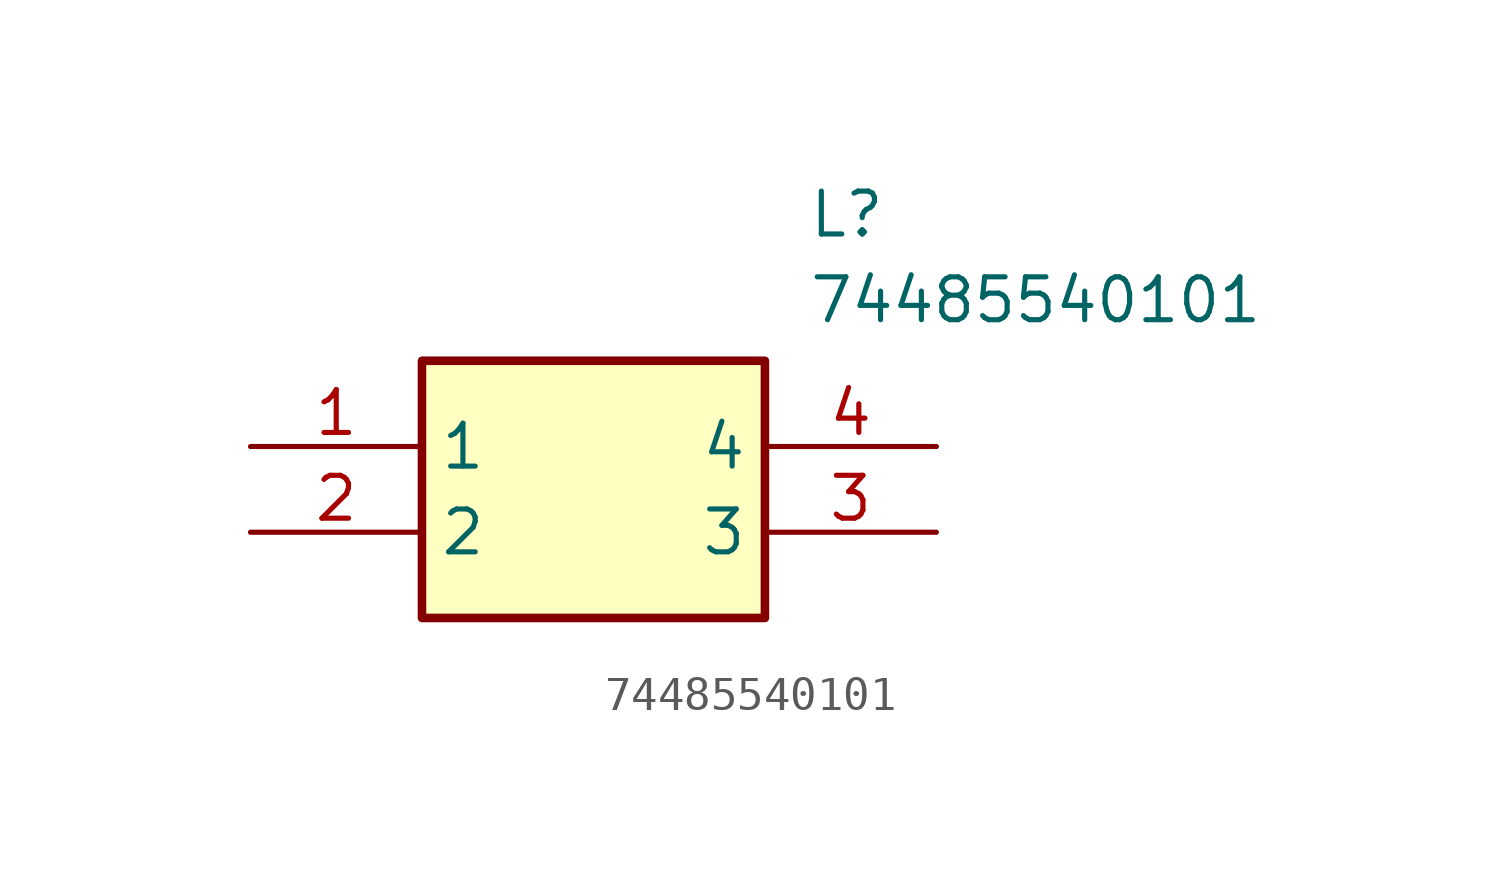
<source format=kicad_sym>
(kicad_symbol_lib
  (version 20211014)
  (generator SamacSys_ECAD_Model)
  (symbol "74485540101"
    (property "Reference" "L"
      (at 16.51 7.62 0)
      (effects (font (size 1.27 1.27)) (justify left top)))
    (property "Value" "74485540101"
      (at 16.51 5.08 0)
      (effects (font (size 1.27 1.27)) (justify left top)))
    (rectangle
      (start 5.08 2.54)
      (end 15.24 -5.08)
      (stroke (width 0.254) (type default))
      (fill (type background)))
    (pin passive line
      (at 0 0 0)
      (length 5.08)
      (name "1" (effects (font (size 1.27 1.27))))
      (number "1" (effects (font (size 1.27 1.27)))))
    (pin passive line
      (at 0 -2.54 0)
      (length 5.08)
      (name "2" (effects (font (size 1.27 1.27))))
      (number "2" (effects (font (size 1.27 1.27)))))
    (pin passive line
      (at 20.32 -2.54 180)
      (length 5.08)
      (name "3" (effects (font (size 1.27 1.27))))
      (number "3" (effects (font (size 1.27 1.27)))))
    (pin passive line
      (at 20.32 0 180)
      (length 5.08)
      (name "4" (effects (font (size 1.27 1.27))))
      (number "4" (effects (font (size 1.27 1.27)))))))
</source>
